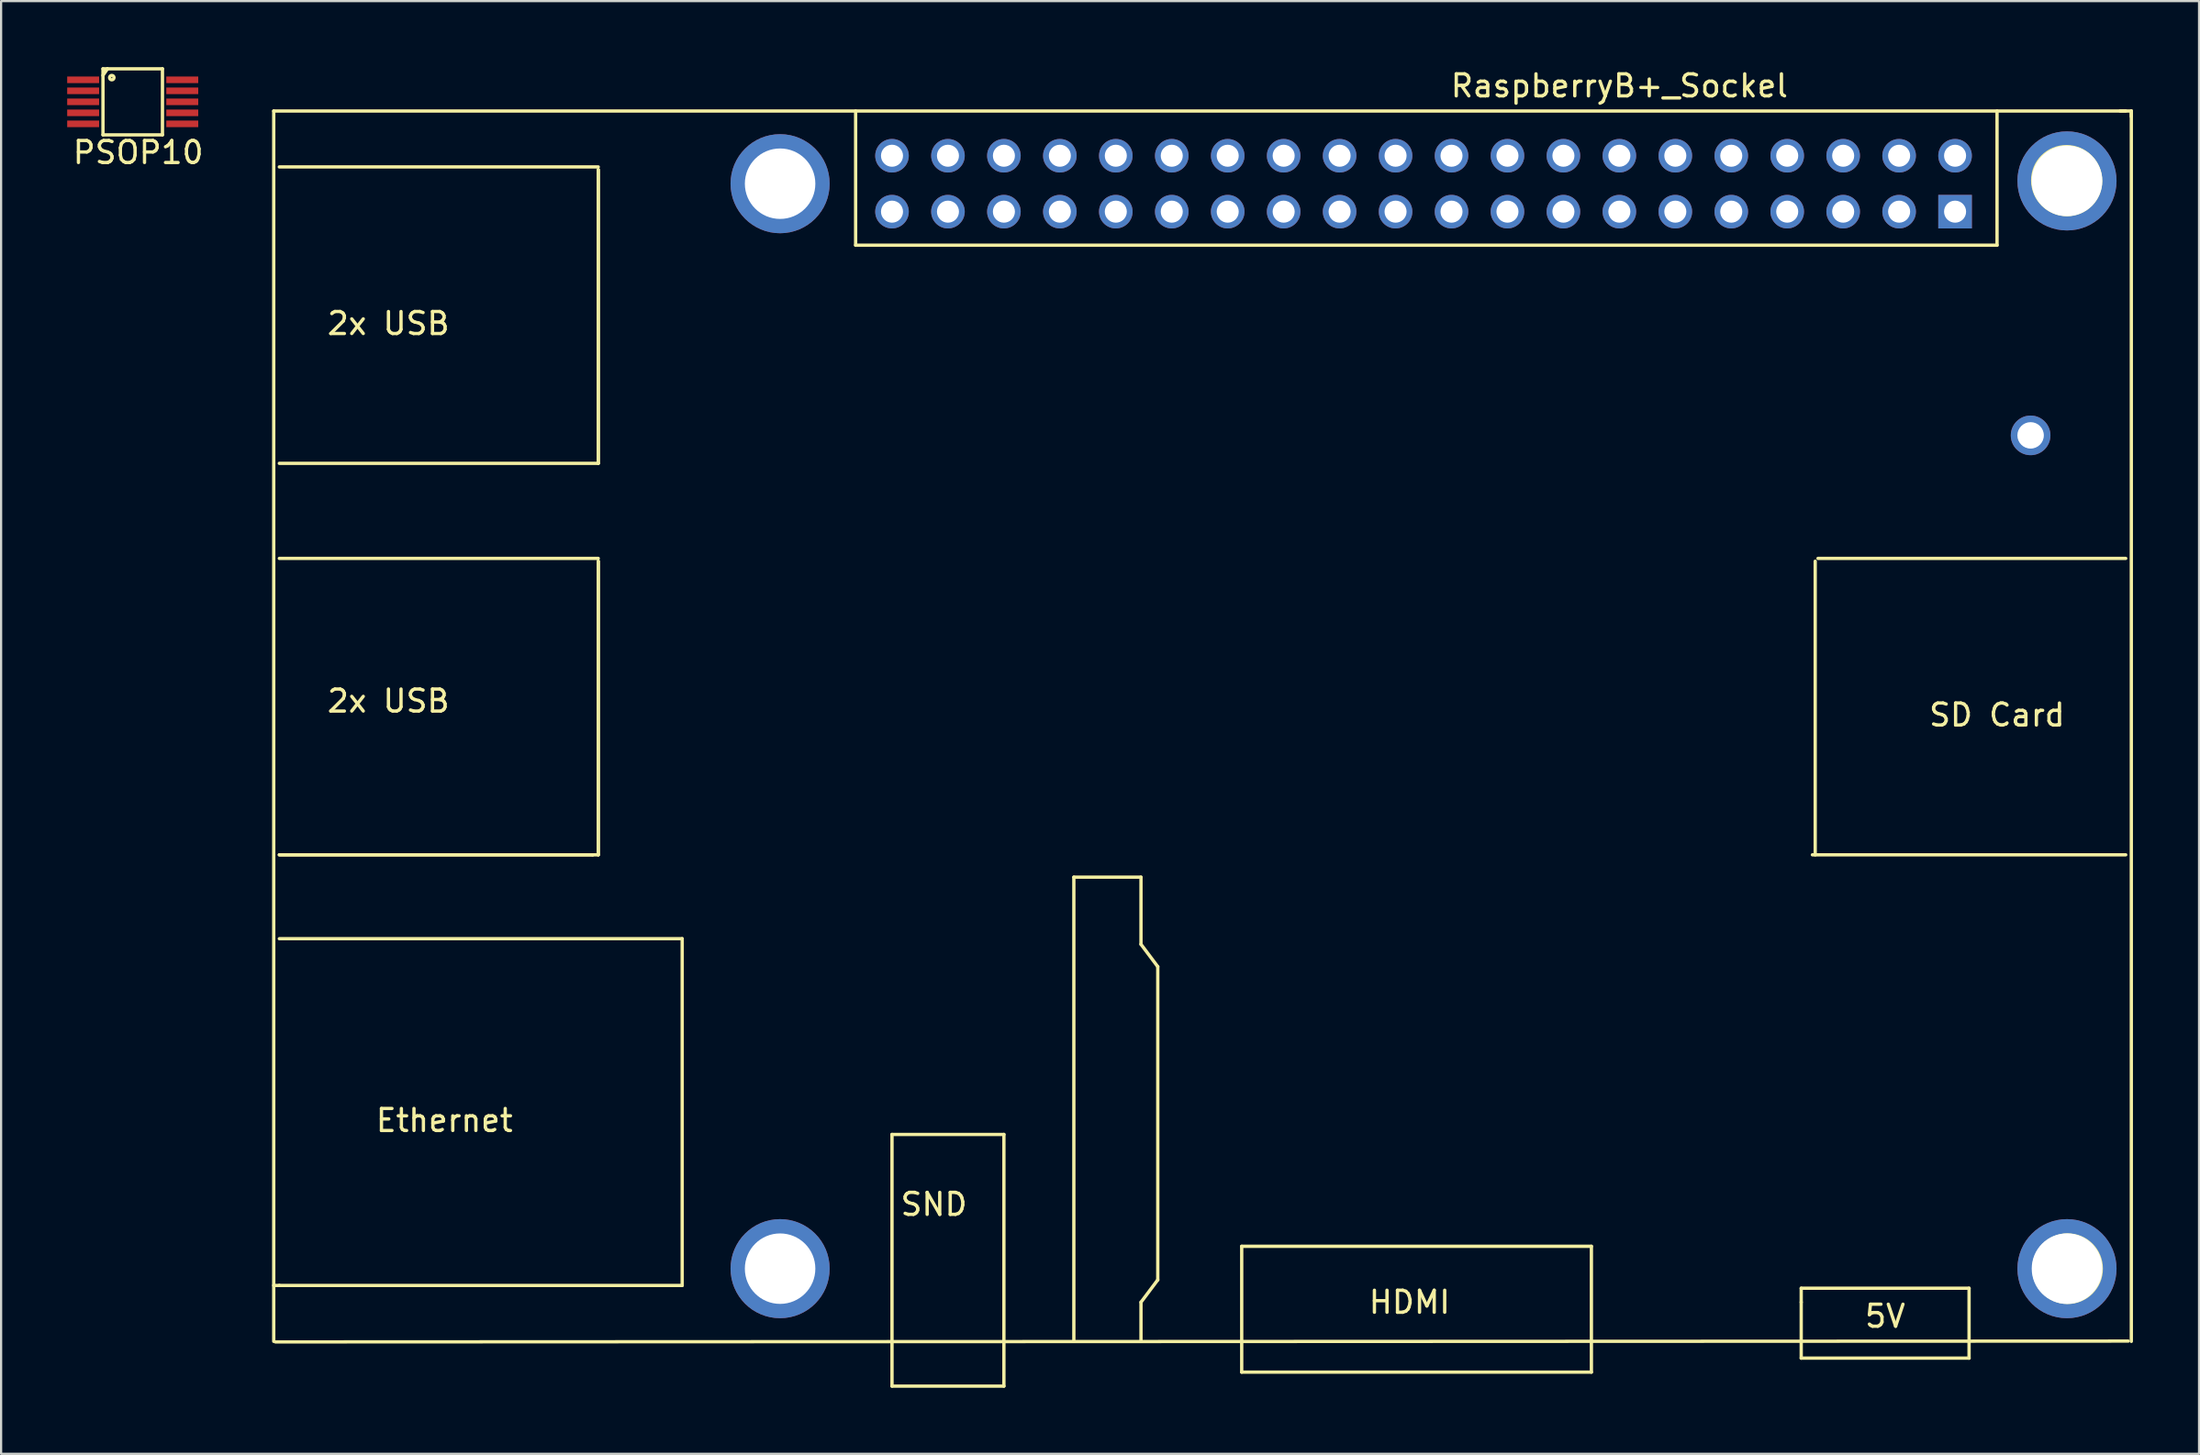
<source format=kicad_pcb>
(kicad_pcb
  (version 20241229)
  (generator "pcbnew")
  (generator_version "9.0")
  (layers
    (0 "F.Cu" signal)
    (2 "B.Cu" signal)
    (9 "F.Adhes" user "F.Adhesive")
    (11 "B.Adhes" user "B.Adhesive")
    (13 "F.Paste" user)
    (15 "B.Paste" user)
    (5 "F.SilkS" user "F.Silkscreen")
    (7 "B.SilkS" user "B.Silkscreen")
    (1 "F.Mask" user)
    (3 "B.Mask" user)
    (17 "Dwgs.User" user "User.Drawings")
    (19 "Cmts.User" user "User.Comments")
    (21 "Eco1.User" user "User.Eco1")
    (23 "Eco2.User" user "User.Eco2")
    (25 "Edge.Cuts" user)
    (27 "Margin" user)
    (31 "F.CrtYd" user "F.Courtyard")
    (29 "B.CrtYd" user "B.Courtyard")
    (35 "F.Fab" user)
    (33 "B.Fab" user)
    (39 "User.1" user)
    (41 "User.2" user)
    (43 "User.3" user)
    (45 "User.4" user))
  (footprint "PSOP10"
    (layer "F.Cu")
    (at 3.725 3.575)
    (property "Reference" "PSOP10" (at -0.5 0.3 0) (layer "F.SilkS") (effects (font (size 1 1) (thickness 0.15))))
    (attr through_hole)
    (fp_line (start -2.1 -3.5) (end 0.6 -3.5) (stroke (width 0.15) (type solid)) (layer "F.SilkS"))
    (fp_line (start -2.1 -3.2) (end -1.9 -3.5) (stroke (width 0.15) (type solid)) (layer "F.SilkS"))
    (fp_line (start -2.1 -0.5) (end -2.1 -3.5) (stroke (width 0.15) (type solid)) (layer "F.SilkS"))
    (fp_line (start -2.1 -0.5) (end 0.6 -0.5) (stroke (width 0.15) (type solid)) (layer "F.SilkS"))
    (fp_line (start -1.9 -3.5) (end -2 -3.4) (stroke (width 0.15) (type solid)) (layer "F.SilkS"))
    (fp_line (start 0.6 -3.5) (end 0.6 -0.5) (stroke (width 0.15) (type solid)) (layer "F.SilkS"))
    (fp_circle (center -1.7 -3.1) (end -1.7 -3) (stroke (width 0.15) (type solid)) (fill no) (layer "F.SilkS"))
    (pad "1" smd rect (at -3 -3) (size 1.45 0.3) (layers "F.Cu" "F.Mask" "F.Paste"))
    (pad "2" smd rect (at -3 -2.5) (size 1.45 0.3) (layers "F.Cu" "F.Mask" "F.Paste"))
    (pad "3" smd rect (at -3 -2) (size 1.45 0.3) (layers "F.Cu" "F.Mask" "F.Paste"))
    (pad "4" smd rect (at -3 -1.5) (size 1.45 0.3) (layers "F.Cu" "F.Mask" "F.Paste"))
    (pad "5" smd rect (at -3 -1) (size 1.45 0.3) (layers "F.Cu" "F.Mask" "F.Paste"))
    (pad "6" smd rect (at 1.5 -1) (size 1.45 0.3) (layers "F.Cu" "F.Mask" "F.Paste"))
    (pad "7" smd rect (at 1.5 -1.5) (size 1.45 0.3) (layers "F.Cu" "F.Mask" "F.Paste"))
    (pad "8" smd rect (at 1.5 -2) (size 1.45 0.3) (layers "F.Cu" "F.Mask" "F.Paste"))
    (pad "9" smd rect (at 1.5 -2.5) (size 1.45 0.3) (layers "F.Cu" "F.Mask" "F.Paste"))
    (pad "10" smd rect (at 1.5 -3) (size 1.45 0.3) (layers "F.Cu" "F.Mask" "F.Paste")))
  (footprint "RaspberryB+_Sockel"
    (layer "F.Cu")
    (at 57.129 31.963)
    (property "Reference" "RaspberryB+_Sockel" (at 13.335 -31.115 0) (layer "F.SilkS") (effects (font (size 1 1) (thickness 0.15))))
    (attr through_hole)
    (fp_line (start -47.752 -29.972) (end 36.322 -29.972) (stroke (width 0.15) (type solid)) (layer "F.SilkS"))
    (fp_line (start -47.752 25.908) (end -47.752 -29.972) (stroke (width 0.15) (type solid)) (layer "F.SilkS"))
    (fp_line (start -47.676 25.933) (end 36.436 25.895) (stroke (width 0.15) (type solid)) (layer "F.SilkS"))
    (fp_line (start -47.498 23.368) (end -47.752 23.368) (stroke (width 0.15) (type solid)) (layer "F.SilkS"))
    (fp_line (start -33.274 3.81) (end -47.498 3.81) (stroke (width 0.15) (type solid)) (layer "F.SilkS"))
    (fp_line (start -33.274 3.81) (end -47.498 3.81) (stroke (width 0.15) (type solid)) (layer "F.SilkS"))
    (fp_line (start -33.02 -27.432) (end -47.498 -27.432) (stroke (width 0.15) (type solid)) (layer "F.SilkS"))
    (fp_line (start -33.02 -27.305) (end -33.02 -13.97) (stroke (width 0.15) (type solid)) (layer "F.SilkS"))
    (fp_line (start -33.02 -27.305) (end -33.02 -13.97) (stroke (width 0.15) (type solid)) (layer "F.SilkS"))
    (fp_line (start -33.02 -13.97) (end -47.498 -13.97) (stroke (width 0.15) (type solid)) (layer "F.SilkS"))
    (fp_line (start -33.02 -9.652) (end -47.498 -9.652) (stroke (width 0.15) (type solid)) (layer "F.SilkS"))
    (fp_line (start -33.02 -9.525) (end -33.02 3.81) (stroke (width 0.15) (type solid)) (layer "F.SilkS"))
    (fp_line (start -33.02 -9.525) (end -33.02 3.81) (stroke (width 0.15) (type solid)) (layer "F.SilkS"))
    (fp_line (start -33.02 3.81) (end -33.274 3.81) (stroke (width 0.15) (type solid)) (layer "F.SilkS"))
    (fp_line (start -29.21 7.62) (end -47.498 7.62) (stroke (width 0.15) (type solid)) (layer "F.SilkS"))
    (fp_line (start -29.21 23.368) (end -47.498 23.368) (stroke (width 0.15) (type solid)) (layer "F.SilkS"))
    (fp_line (start -29.21 23.368) (end -29.21 7.62) (stroke (width 0.15) (type solid)) (layer "F.SilkS"))
    (fp_line (start -21.336 -29.972) (end -21.336 -23.876) (stroke (width 0.15) (type solid)) (layer "F.SilkS"))
    (fp_line (start -21.336 -23.876) (end 30.48 -23.876) (stroke (width 0.15) (type solid)) (layer "F.SilkS"))
    (fp_line (start -19.685 16.51) (end -19.685 27.94) (stroke (width 0.15) (type solid)) (layer "F.SilkS"))
    (fp_line (start -19.685 27.94) (end -14.605 27.94) (stroke (width 0.15) (type solid)) (layer "F.SilkS"))
    (fp_line (start -14.605 16.51) (end -19.685 16.51) (stroke (width 0.15) (type solid)) (layer "F.SilkS"))
    (fp_line (start -14.605 27.94) (end -14.605 16.51) (stroke (width 0.15) (type solid)) (layer "F.SilkS"))
    (fp_line (start -11.43 4.826) (end -8.382 4.826) (stroke (width 0.15) (type solid)) (layer "F.SilkS"))
    (fp_line (start -11.43 25.908) (end -11.43 4.826) (stroke (width 0.15) (type solid)) (layer "F.SilkS"))
    (fp_line (start -8.382 4.826) (end -8.382 7.874) (stroke (width 0.15) (type solid)) (layer "F.SilkS"))
    (fp_line (start -8.382 7.874) (end -7.62 8.89) (stroke (width 0.15) (type solid)) (layer "F.SilkS"))
    (fp_line (start -8.382 24.13) (end -8.382 25.908) (stroke (width 0.15) (type solid)) (layer "F.SilkS"))
    (fp_line (start -7.62 8.89) (end -7.62 23.114) (stroke (width 0.15) (type solid)) (layer "F.SilkS"))
    (fp_line (start -7.62 23.114) (end -8.382 24.13) (stroke (width 0.15) (type solid)) (layer "F.SilkS"))
    (fp_line (start -3.81 21.59) (end 12.065 21.59) (stroke (width 0.15) (type solid)) (layer "F.SilkS"))
    (fp_line (start -3.81 27.305) (end -3.81 21.59) (stroke (width 0.15) (type solid)) (layer "F.SilkS"))
    (fp_line (start 12.065 21.59) (end 12.065 27.305) (stroke (width 0.15) (type solid)) (layer "F.SilkS"))
    (fp_line (start 12.065 27.305) (end -3.81 27.305) (stroke (width 0.15) (type solid)) (layer "F.SilkS"))
    (fp_line (start 21.59 23.495) (end 29.21 23.495) (stroke (width 0.15) (type solid)) (layer "F.SilkS"))
    (fp_line (start 21.59 24.13) (end 21.59 23.495) (stroke (width 0.15) (type solid)) (layer "F.SilkS"))
    (fp_line (start 21.59 26.67) (end 21.59 24.13) (stroke (width 0.15) (type solid)) (layer "F.SilkS"))
    (fp_line (start 22.225 3.81) (end 22.225 -9.525) (stroke (width 0.15) (type solid)) (layer "F.SilkS"))
    (fp_line (start 22.352 -9.652) (end 36.322 -9.652) (stroke (width 0.15) (type solid)) (layer "F.SilkS"))
    (fp_line (start 29.21 23.495) (end 29.21 26.67) (stroke (width 0.15) (type solid)) (layer "F.SilkS"))
    (fp_line (start 29.21 26.67) (end 21.59 26.67) (stroke (width 0.15) (type solid)) (layer "F.SilkS"))
    (fp_line (start 30.48 -23.876) (end 30.48 -29.972) (stroke (width 0.15) (type solid)) (layer "F.SilkS"))
    (fp_line (start 36.322 3.81) (end 22.098 3.81) (stroke (width 0.15) (type solid)) (layer "F.SilkS"))
    (fp_line (start 36.576 -29.972) (end 36.068 -29.972) (stroke (width 0.15) (type solid)) (layer "F.SilkS"))
    (fp_line (start 36.576 -29.972) (end 36.576 -29.718) (stroke (width 0.15) (type solid)) (layer "F.SilkS"))
    (fp_line (start 36.576 25.908) (end 36.576 -29.972) (stroke (width 0.15) (type solid)) (layer "F.SilkS"))
    (fp_circle (center 33.63 -26.822) (end 34.62 -25.654) (stroke (width 0.15) (type solid)) (fill no) (layer "F.SilkS"))
    (fp_circle (center 33.655 -26.797) (end 34.646 -25.629) (stroke (width 0.15) (type solid)) (fill no) (layer "F.SilkS"))
    (fp_circle (center 33.68 22.606) (end 34.671 23.774) (stroke (width 0.15) (type solid)) (fill no) (layer "F.SilkS"))
    (fp_text user "SND" (at -17.78 19.685 0) (layer "F.SilkS") (effects (font (size 1 1) (thickness 0.15))))
    (fp_text user "2x USB" (at -42.545 -3.175 0) (layer "F.SilkS") (effects (font (size 1 1) (thickness 0.15))))
    (fp_text user "Ethernet" (at -40.005 15.875 0) (layer "F.SilkS") (effects (font (size 1 1) (thickness 0.15))))
    (fp_text user "5V" (at 25.4 24.765 0) (layer "F.SilkS") (effects (font (size 1 1) (thickness 0.15))))
    (fp_text user "SD Card" (at 30.48 -2.54 0) (layer "F.SilkS") (effects (font (size 1 1) (thickness 0.15))))
    (fp_text user "2x USB" (at -42.545 -20.32 0) (layer "F.SilkS") (effects (font (size 1 1) (thickness 0.15))))
    (fp_text user "HDMI" (at 3.81 24.13 0) (layer "F.SilkS") (effects (font (size 1 1) (thickness 0.15))))
    (pad "" thru_hole circle (at -24.765 -26.67) (size 4.5 4.5) (drill 3.2) (layers "*.Cu" "*.Mask"))
    (pad "" thru_hole circle (at -24.765 22.606) (size 4.5 4.5) (drill 3.2) (layers "*.Cu" "*.Mask"))
    (pad "" thru_hole circle (at 33.655 -26.797) (size 4.5 4.5) (drill 3.2) (layers "*.Cu" "*.Mask"))
    (pad "" thru_hole circle (at 33.655 22.606) (size 4.5 4.5) (drill 3.2) (layers "*.Cu" "*.Mask"))
    (pad "1" thru_hole rect (at 28.575 -25.4) (size 1.524 1.524) (drill 1) (layers "*.Cu" "*.Mask"))
    (pad "2" thru_hole circle (at 28.575 -27.94) (size 1.524 1.524) (drill 1) (layers "*.Cu" "*.Mask"))
    (pad "3" thru_hole circle (at 26.035 -25.4) (size 1.524 1.524) (drill 1) (layers "*.Cu" "*.Mask"))
    (pad "4" thru_hole circle (at 26.035 -27.94) (size 1.524 1.524) (drill 1) (layers "*.Cu" "*.Mask"))
    (pad "5" thru_hole circle (at 23.495 -25.4) (size 1.524 1.524) (drill 1) (layers "*.Cu" "*.Mask"))
    (pad "6" thru_hole circle (at 23.495 -27.94) (size 1.524 1.524) (drill 1) (layers "*.Cu" "*.Mask"))
    (pad "7" thru_hole circle (at 20.955 -25.4) (size 1.524 1.524) (drill 1) (layers "*.Cu" "*.Mask"))
    (pad "8" thru_hole circle (at 20.955 -27.94) (size 1.524 1.524) (drill 1) (layers "*.Cu" "*.Mask"))
    (pad "9" thru_hole circle (at 18.415 -25.4) (size 1.524 1.524) (drill 1) (layers "*.Cu" "*.Mask"))
    (pad "10" thru_hole circle (at 18.415 -27.94) (size 1.524 1.524) (drill 1) (layers "*.Cu" "*.Mask"))
    (pad "11" thru_hole circle (at 15.875 -25.4) (size 1.524 1.524) (drill 1) (layers "*.Cu" "*.Mask"))
    (pad "12" thru_hole circle (at 15.875 -27.94) (size 1.524 1.524) (drill 1) (layers "*.Cu" "*.Mask"))
    (pad "13" thru_hole circle (at 13.335 -25.4) (size 1.524 1.524) (drill 1) (layers "*.Cu" "*.Mask"))
    (pad "14" thru_hole circle (at 13.335 -27.94) (size 1.524 1.524) (drill 1) (layers "*.Cu" "*.Mask"))
    (pad "15" thru_hole circle (at 10.795 -25.4) (size 1.524 1.524) (drill 1) (layers "*.Cu" "*.Mask"))
    (pad "16" thru_hole circle (at 10.795 -27.94) (size 1.524 1.524) (drill 1) (layers "*.Cu" "*.Mask"))
    (pad "17" thru_hole circle (at 8.255 -25.4) (size 1.524 1.524) (drill 1) (layers "*.Cu" "*.Mask"))
    (pad "18" thru_hole circle (at 8.255 -27.94) (size 1.524 1.524) (drill 1) (layers "*.Cu" "*.Mask"))
    (pad "19" thru_hole circle (at 5.715 -25.4) (size 1.524 1.524) (drill 1) (layers "*.Cu" "*.Mask"))
    (pad "20" thru_hole circle (at 5.715 -27.94) (size 1.524 1.524) (drill 1) (layers "*.Cu" "*.Mask"))
    (pad "21" thru_hole circle (at 3.175 -25.4) (size 1.524 1.524) (drill 1) (layers "*.Cu" "*.Mask"))
    (pad "22" thru_hole circle (at 3.175 -27.94) (size 1.524 1.524) (drill 1) (layers "*.Cu" "*.Mask"))
    (pad "23" thru_hole circle (at 0.635 -25.4) (size 1.524 1.524) (drill 1) (layers "*.Cu" "*.Mask"))
    (pad "24" thru_hole circle (at 0.635 -27.94) (size 1.524 1.524) (drill 1) (layers "*.Cu" "*.Mask"))
    (pad "25" thru_hole circle (at -1.905 -25.4) (size 1.524 1.524) (drill 1) (layers "*.Cu" "*.Mask"))
    (pad "26" thru_hole circle (at -1.905 -27.94) (size 1.524 1.524) (drill 1) (layers "*.Cu" "*.Mask"))
    (pad "27" thru_hole circle (at -4.445 -25.4) (size 1.524 1.524) (drill 1) (layers "*.Cu" "*.Mask"))
    (pad "28" thru_hole circle (at -4.445 -27.94) (size 1.524 1.524) (drill 1) (layers "*.Cu" "*.Mask"))
    (pad "29" thru_hole circle (at -6.985 -25.4) (size 1.524 1.524) (drill 1) (layers "*.Cu" "*.Mask"))
    (pad "30" thru_hole circle (at -6.985 -27.94) (size 1.524 1.524) (drill 1) (layers "*.Cu" "*.Mask"))
    (pad "31" thru_hole circle (at -9.525 -25.4) (size 1.524 1.524) (drill 1) (layers "*.Cu" "*.Mask"))
    (pad "32" thru_hole circle (at -9.525 -27.94) (size 1.524 1.524) (drill 1) (layers "*.Cu" "*.Mask"))
    (pad "33" thru_hole circle (at -12.065 -25.4) (size 1.524 1.524) (drill 1) (layers "*.Cu" "*.Mask"))
    (pad "34" thru_hole circle (at -12.065 -27.94) (size 1.524 1.524) (drill 1) (layers "*.Cu" "*.Mask"))
    (pad "35" thru_hole circle (at -14.605 -25.4) (size 1.524 1.524) (drill 1) (layers "*.Cu" "*.Mask"))
    (pad "36" thru_hole circle (at -14.605 -27.94) (size 1.524 1.524) (drill 1) (layers "*.Cu" "*.Mask"))
    (pad "37" thru_hole circle (at -17.145 -25.4) (size 1.524 1.524) (drill 1) (layers "*.Cu" "*.Mask"))
    (pad "38" thru_hole circle (at -17.145 -27.94) (size 1.524 1.524) (drill 1) (layers "*.Cu" "*.Mask"))
    (pad "39" thru_hole circle (at -19.685 -25.4) (size 1.524 1.524) (drill 1) (layers "*.Cu" "*.Mask"))
    (pad "40" thru_hole circle (at -19.685 -27.94) (size 1.524 1.524) (drill 1) (layers "*.Cu" "*.Mask"))
    (pad "41" thru_hole circle (at 32.004 -15.24) (size 1.8 1.8) (drill 1.2) (layers "*.Cu" "*.Mask")))
  (gr_rect
    (start -3 -3)
    (end 96.78 62.978)
    (stroke (width 0.1) (type default))
    (fill no)
    (layer "Edge.Cuts")))
</source>
